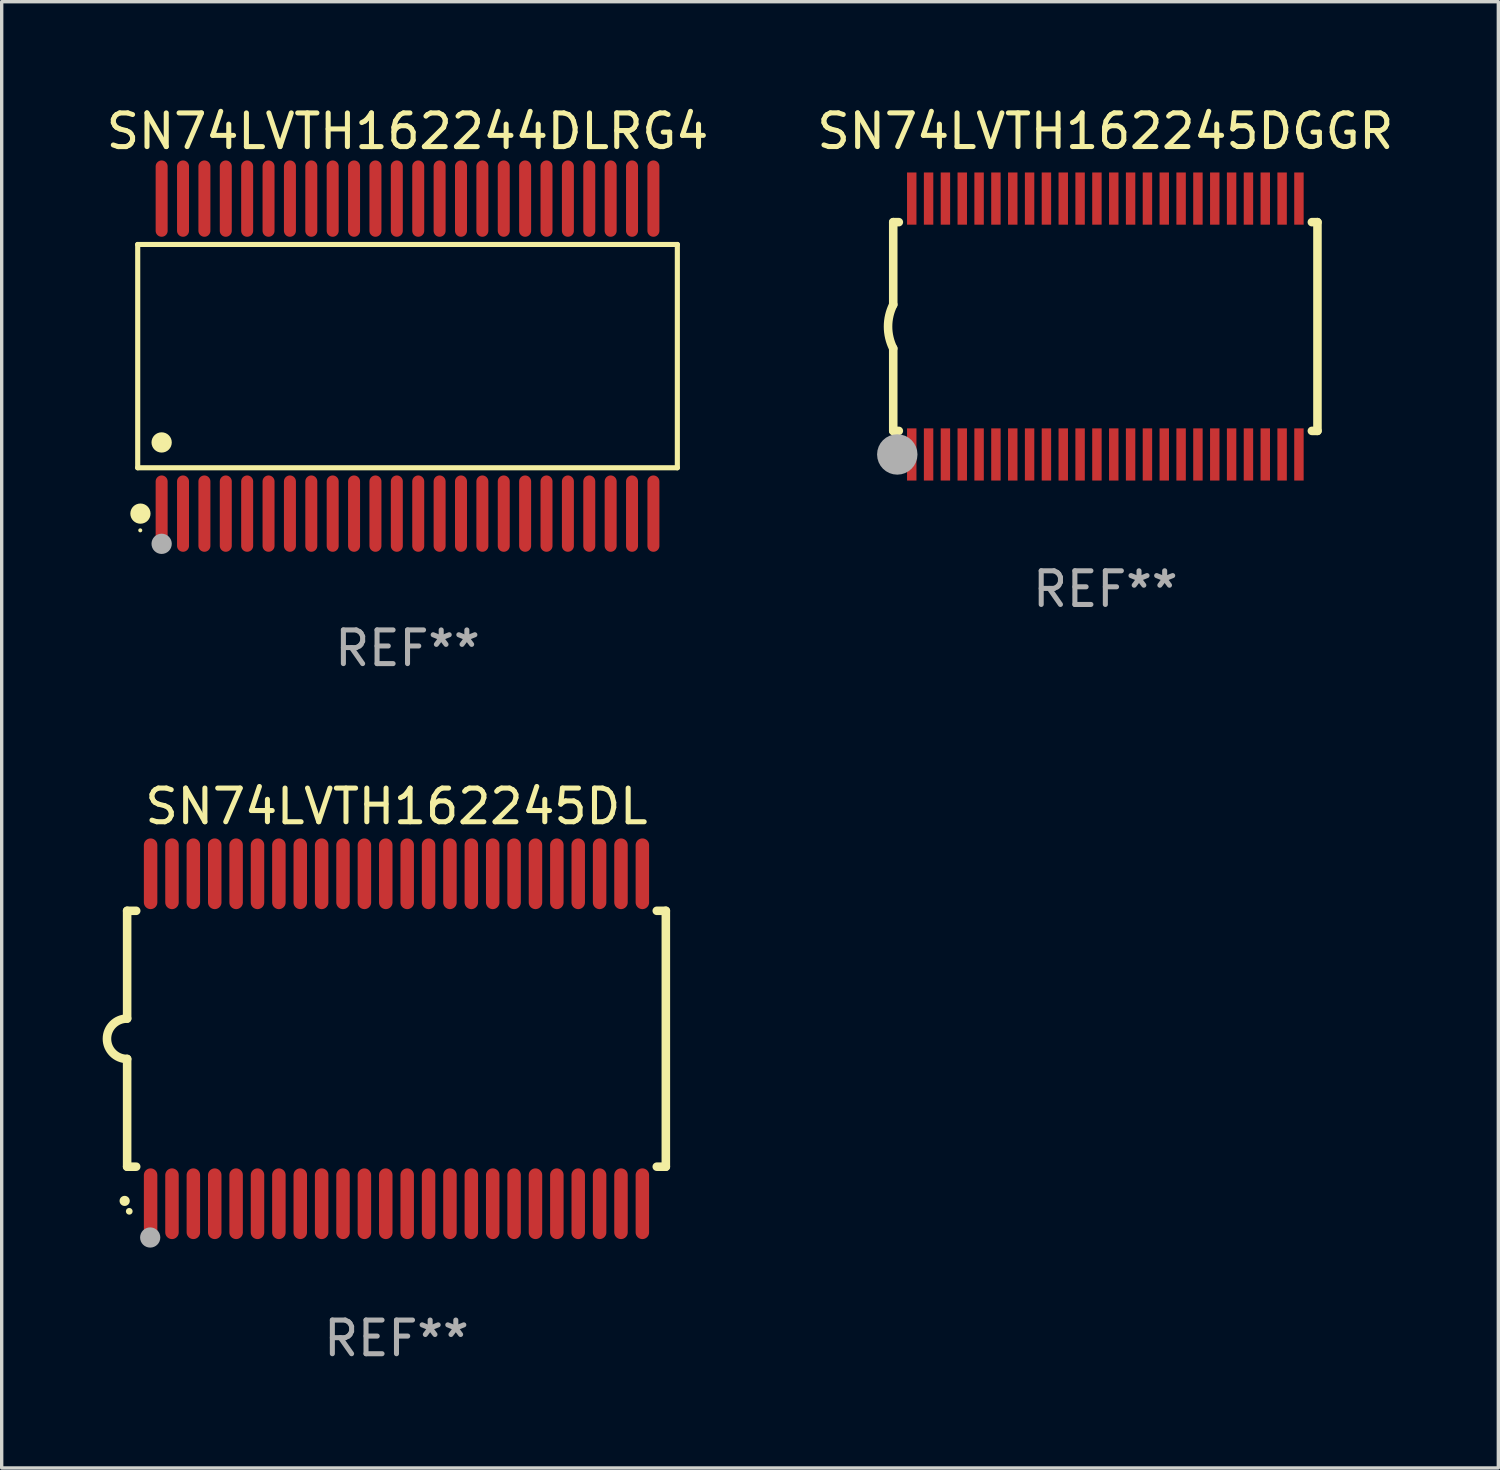
<source format=kicad_pcb>
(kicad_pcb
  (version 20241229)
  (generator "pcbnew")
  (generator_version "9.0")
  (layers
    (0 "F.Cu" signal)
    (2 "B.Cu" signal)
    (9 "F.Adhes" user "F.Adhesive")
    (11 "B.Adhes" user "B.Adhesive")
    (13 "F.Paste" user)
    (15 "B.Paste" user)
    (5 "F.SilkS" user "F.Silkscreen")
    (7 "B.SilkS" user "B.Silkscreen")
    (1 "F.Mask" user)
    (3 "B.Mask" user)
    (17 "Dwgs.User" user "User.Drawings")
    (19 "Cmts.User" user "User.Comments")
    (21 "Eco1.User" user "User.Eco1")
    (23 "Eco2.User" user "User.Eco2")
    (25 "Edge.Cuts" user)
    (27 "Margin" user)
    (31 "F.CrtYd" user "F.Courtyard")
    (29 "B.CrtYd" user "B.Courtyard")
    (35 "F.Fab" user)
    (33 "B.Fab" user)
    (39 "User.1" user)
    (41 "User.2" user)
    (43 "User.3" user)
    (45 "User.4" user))
  (footprint "SN74LVTH162245DL"
    (layer "F.Cu")
    (at 8.726 27.802)
    (property "Reference" "SN74LVTH162245DL" (at 0 -6.9 0) (layer "F.SilkS") (effects (font (size 1 1) (thickness 0.15))))
    (attr through_hole)
    (fp_line (start -8 -3.8) (end -8 -0.599) (stroke (width 0.254) (type solid)) (layer "F.SilkS"))
    (fp_line (start -8 -3.8) (end -7.731 -3.8) (stroke (width 0.254) (type solid)) (layer "F.SilkS"))
    (fp_line (start -8 3.8) (end -8 0.599) (stroke (width 0.254) (type solid)) (layer "F.SilkS"))
    (fp_line (start -7.731 3.8) (end -8 3.8) (stroke (width 0.254) (type solid)) (layer "F.SilkS"))
    (fp_line (start 7.731 -3.8) (end 8 -3.8) (stroke (width 0.254) (type solid)) (layer "F.SilkS"))
    (fp_line (start 8 -3.8) (end 8 3.8) (stroke (width 0.254) (type solid)) (layer "F.SilkS"))
    (fp_line (start 8 3.8) (end 7.731 3.8) (stroke (width 0.254) (type solid)) (layer "F.SilkS"))
    (fp_arc (start -8.074676 4.81585) (mid -8.073406 4.815845) (end -8.072136 4.81585) (stroke (width 0.3) (type solid)) (layer "F.SilkS"))
    (fp_arc (start -8.000025 0.6) (mid -8.598908 0.00056) (end -8.000027 -0.598882) (stroke (width 0.254001) (type solid)) (layer "F.SilkS"))
    (fp_circle (center -7.937 5.125) (end -7.887 5.125) (stroke (width 0.1) (type solid)) (fill no) (layer "F.SilkS"))
    (fp_circle (center -7.315 5.903) (end -7.165 5.903) (stroke (width 0.3) (type solid)) (fill no) (layer "F.Fab"))
    (fp_text user "REF**" (at 0 8.9 0) (layer "F.Fab") (effects (font (size 1 1) (thickness 0.15))))
    (pad "1" smd oval (at -7.303 4.9) (size 0.4 2.1) (layers "F.Cu" "F.Mask" "F.Paste"))
    (pad "2" smd oval (at -6.668 4.9) (size 0.4 2.1) (layers "F.Cu" "F.Mask" "F.Paste"))
    (pad "3" smd oval (at -6.033 4.9) (size 0.4 2.1) (layers "F.Cu" "F.Mask" "F.Paste"))
    (pad "4" smd oval (at -5.398 4.9) (size 0.4 2.1) (layers "F.Cu" "F.Mask" "F.Paste"))
    (pad "5" smd oval (at -4.763 4.9) (size 0.4 2.1) (layers "F.Cu" "F.Mask" "F.Paste"))
    (pad "6" smd oval (at -4.128 4.9) (size 0.4 2.1) (layers "F.Cu" "F.Mask" "F.Paste"))
    (pad "7" smd oval (at -3.493 4.9) (size 0.4 2.1) (layers "F.Cu" "F.Mask" "F.Paste"))
    (pad "8" smd oval (at -2.858 4.9) (size 0.4 2.1) (layers "F.Cu" "F.Mask" "F.Paste"))
    (pad "9" smd oval (at -2.223 4.9) (size 0.4 2.1) (layers "F.Cu" "F.Mask" "F.Paste"))
    (pad "10" smd oval (at -1.588 4.9) (size 0.4 2.1) (layers "F.Cu" "F.Mask" "F.Paste"))
    (pad "11" smd oval (at -0.953 4.9) (size 0.4 2.1) (layers "F.Cu" "F.Mask" "F.Paste"))
    (pad "12" smd oval (at -0.318 4.9) (size 0.4 2.1) (layers "F.Cu" "F.Mask" "F.Paste"))
    (pad "13" smd oval (at 0.318 4.9) (size 0.4 2.1) (layers "F.Cu" "F.Mask" "F.Paste"))
    (pad "14" smd oval (at 0.953 4.9) (size 0.4 2.1) (layers "F.Cu" "F.Mask" "F.Paste"))
    (pad "15" smd oval (at 1.588 4.9) (size 0.4 2.1) (layers "F.Cu" "F.Mask" "F.Paste"))
    (pad "16" smd oval (at 2.223 4.9) (size 0.4 2.1) (layers "F.Cu" "F.Mask" "F.Paste"))
    (pad "17" smd oval (at 2.858 4.9) (size 0.4 2.1) (layers "F.Cu" "F.Mask" "F.Paste"))
    (pad "18" smd oval (at 3.493 4.9) (size 0.4 2.1) (layers "F.Cu" "F.Mask" "F.Paste"))
    (pad "19" smd oval (at 4.128 4.9) (size 0.4 2.1) (layers "F.Cu" "F.Mask" "F.Paste"))
    (pad "20" smd oval (at 4.763 4.9) (size 0.4 2.1) (layers "F.Cu" "F.Mask" "F.Paste"))
    (pad "21" smd oval (at 5.398 4.9) (size 0.4 2.1) (layers "F.Cu" "F.Mask" "F.Paste"))
    (pad "22" smd oval (at 6.033 4.9) (size 0.4 2.1) (layers "F.Cu" "F.Mask" "F.Paste"))
    (pad "23" smd oval (at 6.668 4.9) (size 0.4 2.1) (layers "F.Cu" "F.Mask" "F.Paste"))
    (pad "24" smd oval (at 7.303 4.9) (size 0.4 2.1) (layers "F.Cu" "F.Mask" "F.Paste"))
    (pad "25" smd oval (at 7.303 -4.9 180) (size 0.4 2.1) (layers "F.Cu" "F.Mask" "F.Paste"))
    (pad "26" smd oval (at 6.668 -4.9 180) (size 0.4 2.1) (layers "F.Cu" "F.Mask" "F.Paste"))
    (pad "27" smd oval (at 6.033 -4.9 180) (size 0.4 2.1) (layers "F.Cu" "F.Mask" "F.Paste"))
    (pad "28" smd oval (at 5.398 -4.9 180) (size 0.4 2.1) (layers "F.Cu" "F.Mask" "F.Paste"))
    (pad "29" smd oval (at 4.763 -4.9 180) (size 0.4 2.1) (layers "F.Cu" "F.Mask" "F.Paste"))
    (pad "30" smd oval (at 4.128 -4.9 180) (size 0.4 2.1) (layers "F.Cu" "F.Mask" "F.Paste"))
    (pad "31" smd oval (at 3.493 -4.9 180) (size 0.4 2.1) (layers "F.Cu" "F.Mask" "F.Paste"))
    (pad "32" smd oval (at 2.858 -4.9 180) (size 0.4 2.1) (layers "F.Cu" "F.Mask" "F.Paste"))
    (pad "33" smd oval (at 2.223 -4.9 180) (size 0.4 2.1) (layers "F.Cu" "F.Mask" "F.Paste"))
    (pad "34" smd oval (at 1.588 -4.9 180) (size 0.4 2.1) (layers "F.Cu" "F.Mask" "F.Paste"))
    (pad "35" smd oval (at 0.953 -4.9 180) (size 0.4 2.1) (layers "F.Cu" "F.Mask" "F.Paste"))
    (pad "36" smd oval (at 0.318 -4.9 180) (size 0.4 2.1) (layers "F.Cu" "F.Mask" "F.Paste"))
    (pad "37" smd oval (at -0.318 -4.9 180) (size 0.4 2.1) (layers "F.Cu" "F.Mask" "F.Paste"))
    (pad "38" smd oval (at -0.953 -4.9 180) (size 0.4 2.1) (layers "F.Cu" "F.Mask" "F.Paste"))
    (pad "39" smd oval (at -1.588 -4.9 180) (size 0.4 2.1) (layers "F.Cu" "F.Mask" "F.Paste"))
    (pad "40" smd oval (at -2.223 -4.9 180) (size 0.4 2.1) (layers "F.Cu" "F.Mask" "F.Paste"))
    (pad "41" smd oval (at -2.858 -4.9 180) (size 0.4 2.1) (layers "F.Cu" "F.Mask" "F.Paste"))
    (pad "42" smd oval (at -3.493 -4.9 180) (size 0.4 2.1) (layers "F.Cu" "F.Mask" "F.Paste"))
    (pad "43" smd oval (at -4.128 -4.9 180) (size 0.4 2.1) (layers "F.Cu" "F.Mask" "F.Paste"))
    (pad "44" smd oval (at -4.763 -4.9 180) (size 0.4 2.1) (layers "F.Cu" "F.Mask" "F.Paste"))
    (pad "45" smd oval (at -5.398 -4.9 180) (size 0.4 2.1) (layers "F.Cu" "F.Mask" "F.Paste"))
    (pad "46" smd oval (at -6.033 -4.9 180) (size 0.4 2.1) (layers "F.Cu" "F.Mask" "F.Paste"))
    (pad "47" smd oval (at -6.668 -4.9 180) (size 0.4 2.1) (layers "F.Cu" "F.Mask" "F.Paste"))
    (pad "48" smd oval (at -7.303 -4.9 180) (size 0.4 2.1) (layers "F.Cu" "F.Mask" "F.Paste")))
  (footprint "SN74LVTH162245DGGR"
    (layer "F.Cu")
    (at 29.78 6.648)
    (property "Reference" "SN74LVTH162245DGGR" (at 0 -5.8 0) (layer "F.SilkS") (effects (font (size 1 1) (thickness 0.15))))
    (attr through_hole)
    (fp_line (start -6.3 -3.1) (end -6.3 -0.65) (stroke (width 0.254) (type solid)) (layer "F.SilkS"))
    (fp_line (start -6.3 -3.1) (end -6.134 -3.1) (stroke (width 0.254) (type solid)) (layer "F.SilkS"))
    (fp_line (start -6.3 3.1) (end -6.3 0.65) (stroke (width 0.254) (type solid)) (layer "F.SilkS"))
    (fp_line (start -6.3 3.1) (end -6.134 3.1) (stroke (width 0.254) (type solid)) (layer "F.SilkS"))
    (fp_line (start 6.134 -3.1) (end 6.3 -3.1) (stroke (width 0.254) (type solid)) (layer "F.SilkS"))
    (fp_line (start 6.134 3.1) (end 6.3 3.1) (stroke (width 0.254) (type solid)) (layer "F.SilkS"))
    (fp_line (start 6.3 -3.1) (end 6.3 3.1) (stroke (width 0.254) (type solid)) (layer "F.SilkS"))
    (fp_arc (start -6.301016 0.650114) (mid -6.45413 -0.000082) (end -6.3 -0.650038) (stroke (width 0.254001) (type solid)) (layer "F.SilkS"))
    (fp_circle (center -6.35 3.81) (end -6.223 3.81) (stroke (width 0.254) (type solid)) (fill no) (layer "F.SilkS"))
    (fp_circle (center -6.25 4.05) (end -6.22 4.05) (stroke (width 0.06) (type solid)) (fill no) (layer "F.SilkS"))
    (fp_circle (center -6.18 3.8) (end -5.88 3.8) (stroke (width 0.6) (type solid)) (fill no) (layer "F.Fab"))
    (fp_text user "REF**" (at 0 7.8 0) (layer "F.Fab") (effects (font (size 1 1) (thickness 0.15))))
    (pad "1" smd rect (at -5.75 3.8) (size 0.28 1.55) (layers "F.Cu" "F.Mask" "F.Paste"))
    (pad "2" smd rect (at -5.25 3.8) (size 0.28 1.55) (layers "F.Cu" "F.Mask" "F.Paste"))
    (pad "3" smd rect (at -4.75 3.8) (size 0.28 1.55) (layers "F.Cu" "F.Mask" "F.Paste"))
    (pad "4" smd rect (at -4.25 3.8) (size 0.28 1.55) (layers "F.Cu" "F.Mask" "F.Paste"))
    (pad "5" smd rect (at -3.75 3.8) (size 0.28 1.55) (layers "F.Cu" "F.Mask" "F.Paste"))
    (pad "6" smd rect (at -3.25 3.8) (size 0.28 1.55) (layers "F.Cu" "F.Mask" "F.Paste"))
    (pad "7" smd rect (at -2.75 3.8) (size 0.28 1.55) (layers "F.Cu" "F.Mask" "F.Paste"))
    (pad "8" smd rect (at -2.25 3.8) (size 0.28 1.55) (layers "F.Cu" "F.Mask" "F.Paste"))
    (pad "9" smd rect (at -1.75 3.8) (size 0.28 1.55) (layers "F.Cu" "F.Mask" "F.Paste"))
    (pad "10" smd rect (at -1.25 3.8) (size 0.28 1.55) (layers "F.Cu" "F.Mask" "F.Paste"))
    (pad "11" smd rect (at -0.75 3.8) (size 0.28 1.55) (layers "F.Cu" "F.Mask" "F.Paste"))
    (pad "12" smd rect (at -0.25 3.8) (size 0.28 1.55) (layers "F.Cu" "F.Mask" "F.Paste"))
    (pad "13" smd rect (at 0.25 3.8) (size 0.28 1.55) (layers "F.Cu" "F.Mask" "F.Paste"))
    (pad "14" smd rect (at 0.75 3.8) (size 0.28 1.55) (layers "F.Cu" "F.Mask" "F.Paste"))
    (pad "15" smd rect (at 1.25 3.8) (size 0.28 1.55) (layers "F.Cu" "F.Mask" "F.Paste"))
    (pad "16" smd rect (at 1.75 3.8) (size 0.28 1.55) (layers "F.Cu" "F.Mask" "F.Paste"))
    (pad "17" smd rect (at 2.25 3.8) (size 0.28 1.55) (layers "F.Cu" "F.Mask" "F.Paste"))
    (pad "18" smd rect (at 2.75 3.8) (size 0.28 1.55) (layers "F.Cu" "F.Mask" "F.Paste"))
    (pad "19" smd rect (at 3.25 3.8) (size 0.28 1.55) (layers "F.Cu" "F.Mask" "F.Paste"))
    (pad "20" smd rect (at 3.75 3.8) (size 0.28 1.55) (layers "F.Cu" "F.Mask" "F.Paste"))
    (pad "21" smd rect (at 4.25 3.8) (size 0.28 1.55) (layers "F.Cu" "F.Mask" "F.Paste"))
    (pad "22" smd rect (at 4.75 3.8) (size 0.28 1.55) (layers "F.Cu" "F.Mask" "F.Paste"))
    (pad "23" smd rect (at 5.25 3.8) (size 0.28 1.55) (layers "F.Cu" "F.Mask" "F.Paste"))
    (pad "24" smd rect (at 5.75 3.8) (size 0.28 1.55) (layers "F.Cu" "F.Mask" "F.Paste"))
    (pad "25" smd rect (at 5.75 -3.8) (size 0.28 1.55) (layers "F.Cu" "F.Mask" "F.Paste"))
    (pad "26" smd rect (at 5.25 -3.8) (size 0.28 1.55) (layers "F.Cu" "F.Mask" "F.Paste"))
    (pad "27" smd rect (at 4.75 -3.8) (size 0.28 1.55) (layers "F.Cu" "F.Mask" "F.Paste"))
    (pad "28" smd rect (at 4.25 -3.8) (size 0.28 1.55) (layers "F.Cu" "F.Mask" "F.Paste"))
    (pad "29" smd rect (at 3.75 -3.8) (size 0.28 1.55) (layers "F.Cu" "F.Mask" "F.Paste"))
    (pad "30" smd rect (at 3.25 -3.8) (size 0.28 1.55) (layers "F.Cu" "F.Mask" "F.Paste"))
    (pad "31" smd rect (at 2.75 -3.8) (size 0.28 1.55) (layers "F.Cu" "F.Mask" "F.Paste"))
    (pad "32" smd rect (at 2.25 -3.8) (size 0.28 1.55) (layers "F.Cu" "F.Mask" "F.Paste"))
    (pad "33" smd rect (at 1.75 -3.8) (size 0.28 1.55) (layers "F.Cu" "F.Mask" "F.Paste"))
    (pad "34" smd rect (at 1.25 -3.8) (size 0.28 1.55) (layers "F.Cu" "F.Mask" "F.Paste"))
    (pad "35" smd rect (at 0.75 -3.8) (size 0.28 1.55) (layers "F.Cu" "F.Mask" "F.Paste"))
    (pad "36" smd rect (at 0.25 -3.8) (size 0.28 1.55) (layers "F.Cu" "F.Mask" "F.Paste"))
    (pad "37" smd rect (at -0.25 -3.8) (size 0.28 1.55) (layers "F.Cu" "F.Mask" "F.Paste"))
    (pad "38" smd rect (at -0.75 -3.8) (size 0.28 1.55) (layers "F.Cu" "F.Mask" "F.Paste"))
    (pad "39" smd rect (at -1.25 -3.8) (size 0.28 1.55) (layers "F.Cu" "F.Mask" "F.Paste"))
    (pad "40" smd rect (at -1.75 -3.8) (size 0.28 1.55) (layers "F.Cu" "F.Mask" "F.Paste"))
    (pad "41" smd rect (at -2.25 -3.8) (size 0.28 1.55) (layers "F.Cu" "F.Mask" "F.Paste"))
    (pad "42" smd rect (at -2.75 -3.8) (size 0.28 1.55) (layers "F.Cu" "F.Mask" "F.Paste"))
    (pad "43" smd rect (at -3.25 -3.8) (size 0.28 1.55) (layers "F.Cu" "F.Mask" "F.Paste"))
    (pad "44" smd rect (at -3.75 -3.8) (size 0.28 1.55) (layers "F.Cu" "F.Mask" "F.Paste"))
    (pad "45" smd rect (at -4.25 -3.8) (size 0.28 1.55) (layers "F.Cu" "F.Mask" "F.Paste"))
    (pad "46" smd rect (at -4.75 -3.8) (size 0.28 1.55) (layers "F.Cu" "F.Mask" "F.Paste"))
    (pad "47" smd rect (at -5.25 -3.8) (size 0.28 1.55) (layers "F.Cu" "F.Mask" "F.Paste"))
    (pad "48" smd rect (at -5.75 -3.8) (size 0.28 1.55) (layers "F.Cu" "F.Mask" "F.Paste")))
  (footprint "SN74LVTH162244DLRG4"
    (layer "F.Cu")
    (at 9.054 7.527)
    (property "Reference" "SN74LVTH162244DLRG4" (at 0 -6.678 0) (layer "F.SilkS") (effects (font (size 1 1) (thickness 0.15))))
    (attr through_hole)
    (fp_line (start -8.014 -3.316) (end 8.014 -3.316) (stroke (width 0.152) (type solid)) (layer "F.SilkS"))
    (fp_line (start -8.014 3.316) (end -8.014 -3.316) (stroke (width 0.152) (type solid)) (layer "F.SilkS"))
    (fp_line (start 8.014 -3.316) (end 8.014 3.316) (stroke (width 0.152) (type solid)) (layer "F.SilkS"))
    (fp_line (start 8.014 3.316) (end -8.014 3.316) (stroke (width 0.152) (type solid)) (layer "F.SilkS"))
    (fp_circle (center -7.938 5.175) (end -7.908 5.175) (stroke (width 0.06) (type solid)) (fill no) (layer "F.SilkS"))
    (fp_circle (center -7.933 4.678) (end -7.783 4.678) (stroke (width 0.3) (type solid)) (fill no) (layer "F.SilkS"))
    (fp_circle (center -7.303 2.564) (end -7.152 2.564) (stroke (width 0.3) (type solid)) (fill no) (layer "F.SilkS"))
    (fp_circle (center -7.303 5.575) (end -7.152 5.575) (stroke (width 0.3) (type solid)) (fill no) (layer "F.Fab"))
    (fp_text user "REF**" (at 0 8.678 0) (layer "F.Fab") (effects (font (size 1 1) (thickness 0.15))))
    (pad "1" smd oval (at -7.303 4.678) (size 0.356 2.267) (layers "F.Cu" "F.Mask" "F.Paste"))
    (pad "2" smd oval (at -6.668 4.678) (size 0.356 2.267) (layers "F.Cu" "F.Mask" "F.Paste"))
    (pad "3" smd oval (at -6.033 4.678) (size 0.356 2.267) (layers "F.Cu" "F.Mask" "F.Paste"))
    (pad "4" smd oval (at -5.398 4.678) (size 0.356 2.267) (layers "F.Cu" "F.Mask" "F.Paste"))
    (pad "5" smd oval (at -4.763 4.678) (size 0.356 2.267) (layers "F.Cu" "F.Mask" "F.Paste"))
    (pad "6" smd oval (at -4.128 4.678) (size 0.356 2.267) (layers "F.Cu" "F.Mask" "F.Paste"))
    (pad "7" smd oval (at -3.493 4.678) (size 0.356 2.267) (layers "F.Cu" "F.Mask" "F.Paste"))
    (pad "8" smd oval (at -2.858 4.678) (size 0.356 2.267) (layers "F.Cu" "F.Mask" "F.Paste"))
    (pad "9" smd oval (at -2.223 4.678) (size 0.356 2.267) (layers "F.Cu" "F.Mask" "F.Paste"))
    (pad "10" smd oval (at -1.588 4.678) (size 0.356 2.267) (layers "F.Cu" "F.Mask" "F.Paste"))
    (pad "11" smd oval (at -0.953 4.678) (size 0.356 2.267) (layers "F.Cu" "F.Mask" "F.Paste"))
    (pad "12" smd oval (at -0.318 4.678) (size 0.356 2.267) (layers "F.Cu" "F.Mask" "F.Paste"))
    (pad "13" smd oval (at 0.318 4.678) (size 0.356 2.267) (layers "F.Cu" "F.Mask" "F.Paste"))
    (pad "14" smd oval (at 0.953 4.678) (size 0.356 2.267) (layers "F.Cu" "F.Mask" "F.Paste"))
    (pad "15" smd oval (at 1.588 4.678) (size 0.356 2.267) (layers "F.Cu" "F.Mask" "F.Paste"))
    (pad "16" smd oval (at 2.223 4.678) (size 0.356 2.267) (layers "F.Cu" "F.Mask" "F.Paste"))
    (pad "17" smd oval (at 2.858 4.678) (size 0.356 2.267) (layers "F.Cu" "F.Mask" "F.Paste"))
    (pad "18" smd oval (at 3.493 4.678) (size 0.356 2.267) (layers "F.Cu" "F.Mask" "F.Paste"))
    (pad "19" smd oval (at 4.128 4.678) (size 0.356 2.267) (layers "F.Cu" "F.Mask" "F.Paste"))
    (pad "20" smd oval (at 4.763 4.678) (size 0.356 2.267) (layers "F.Cu" "F.Mask" "F.Paste"))
    (pad "21" smd oval (at 5.398 4.678) (size 0.356 2.267) (layers "F.Cu" "F.Mask" "F.Paste"))
    (pad "22" smd oval (at 6.033 4.678) (size 0.356 2.267) (layers "F.Cu" "F.Mask" "F.Paste"))
    (pad "23" smd oval (at 6.668 4.678) (size 0.356 2.267) (layers "F.Cu" "F.Mask" "F.Paste"))
    (pad "24" smd oval (at 7.303 4.678) (size 0.356 2.267) (layers "F.Cu" "F.Mask" "F.Paste"))
    (pad "25" smd oval (at 7.303 -4.678) (size 0.356 2.267) (layers "F.Cu" "F.Mask" "F.Paste"))
    (pad "26" smd oval (at 6.668 -4.678) (size 0.356 2.267) (layers "F.Cu" "F.Mask" "F.Paste"))
    (pad "27" smd oval (at 6.033 -4.678) (size 0.356 2.267) (layers "F.Cu" "F.Mask" "F.Paste"))
    (pad "28" smd oval (at 5.398 -4.678) (size 0.356 2.267) (layers "F.Cu" "F.Mask" "F.Paste"))
    (pad "29" smd oval (at 4.763 -4.678) (size 0.356 2.267) (layers "F.Cu" "F.Mask" "F.Paste"))
    (pad "30" smd oval (at 4.128 -4.678) (size 0.356 2.267) (layers "F.Cu" "F.Mask" "F.Paste"))
    (pad "31" smd oval (at 3.493 -4.678) (size 0.356 2.267) (layers "F.Cu" "F.Mask" "F.Paste"))
    (pad "32" smd oval (at 2.858 -4.678) (size 0.356 2.267) (layers "F.Cu" "F.Mask" "F.Paste"))
    (pad "33" smd oval (at 2.223 -4.678) (size 0.356 2.267) (layers "F.Cu" "F.Mask" "F.Paste"))
    (pad "34" smd oval (at 1.588 -4.678) (size 0.356 2.267) (layers "F.Cu" "F.Mask" "F.Paste"))
    (pad "35" smd oval (at 0.953 -4.678) (size 0.356 2.267) (layers "F.Cu" "F.Mask" "F.Paste"))
    (pad "36" smd oval (at 0.318 -4.678) (size 0.356 2.267) (layers "F.Cu" "F.Mask" "F.Paste"))
    (pad "37" smd oval (at -0.318 -4.678) (size 0.356 2.267) (layers "F.Cu" "F.Mask" "F.Paste"))
    (pad "38" smd oval (at -0.953 -4.678) (size 0.356 2.267) (layers "F.Cu" "F.Mask" "F.Paste"))
    (pad "39" smd oval (at -1.588 -4.678) (size 0.356 2.267) (layers "F.Cu" "F.Mask" "F.Paste"))
    (pad "40" smd oval (at -2.223 -4.678) (size 0.356 2.267) (layers "F.Cu" "F.Mask" "F.Paste"))
    (pad "41" smd oval (at -2.858 -4.678) (size 0.356 2.267) (layers "F.Cu" "F.Mask" "F.Paste"))
    (pad "42" smd oval (at -3.493 -4.678) (size 0.356 2.267) (layers "F.Cu" "F.Mask" "F.Paste"))
    (pad "43" smd oval (at -4.128 -4.678) (size 0.356 2.267) (layers "F.Cu" "F.Mask" "F.Paste"))
    (pad "44" smd oval (at -4.763 -4.678) (size 0.356 2.267) (layers "F.Cu" "F.Mask" "F.Paste"))
    (pad "45" smd oval (at -5.398 -4.678) (size 0.356 2.267) (layers "F.Cu" "F.Mask" "F.Paste"))
    (pad "46" smd oval (at -6.033 -4.678) (size 0.356 2.267) (layers "F.Cu" "F.Mask" "F.Paste"))
    (pad "47" smd oval (at -6.668 -4.678) (size 0.356 2.267) (layers "F.Cu" "F.Mask" "F.Paste"))
    (pad "48" smd oval (at -7.303 -4.678) (size 0.356 2.267) (layers "F.Cu" "F.Mask" "F.Paste")))
  (gr_rect
    (start -3 -3)
    (end 41.452 40.55)
    (stroke (width 0.1) (type default))
    (fill no)
    (layer "Edge.Cuts")))
</source>
